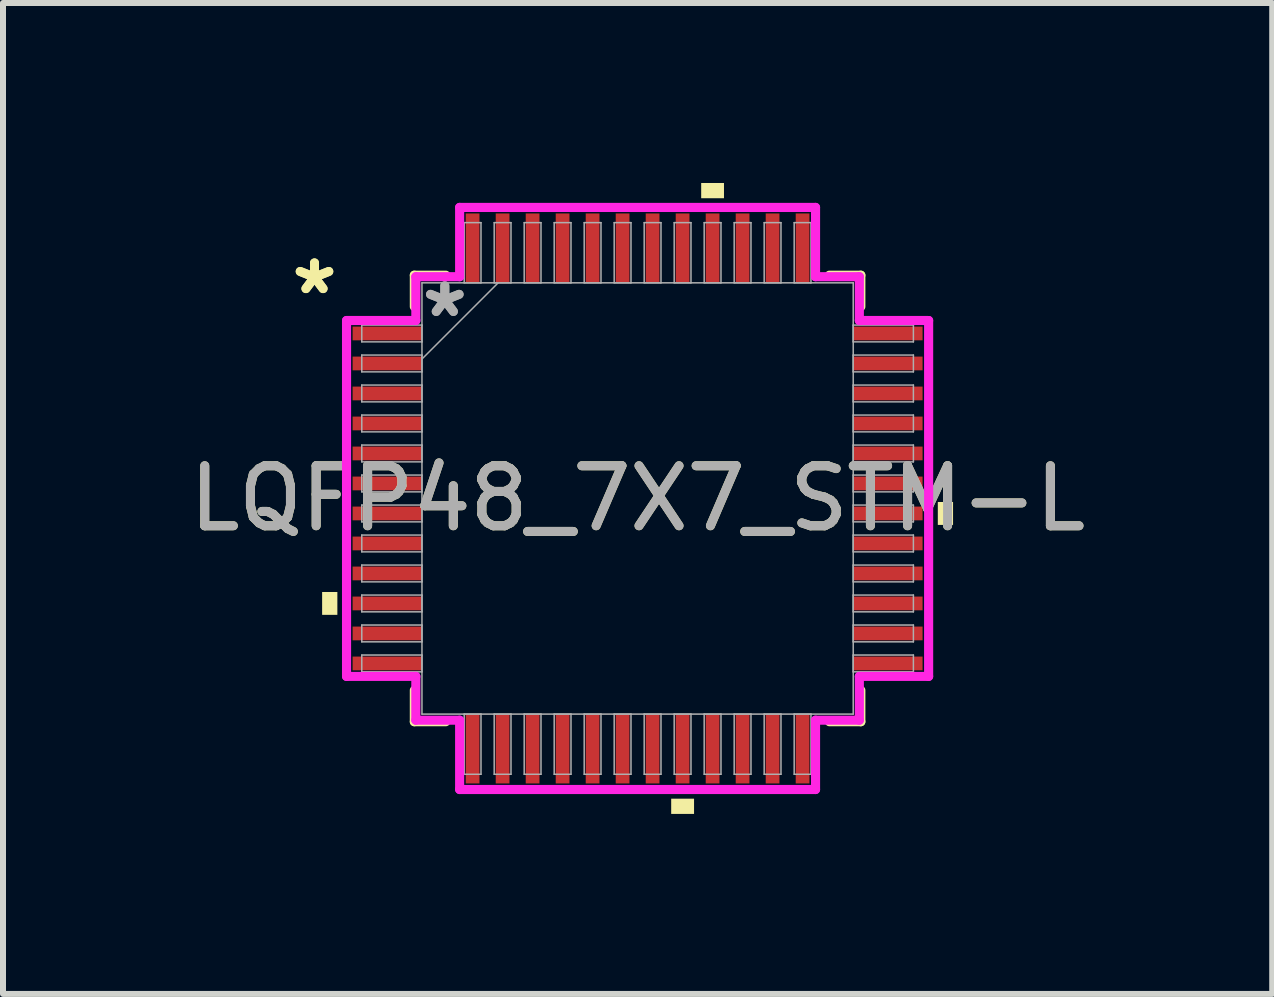
<source format=kicad_pcb>
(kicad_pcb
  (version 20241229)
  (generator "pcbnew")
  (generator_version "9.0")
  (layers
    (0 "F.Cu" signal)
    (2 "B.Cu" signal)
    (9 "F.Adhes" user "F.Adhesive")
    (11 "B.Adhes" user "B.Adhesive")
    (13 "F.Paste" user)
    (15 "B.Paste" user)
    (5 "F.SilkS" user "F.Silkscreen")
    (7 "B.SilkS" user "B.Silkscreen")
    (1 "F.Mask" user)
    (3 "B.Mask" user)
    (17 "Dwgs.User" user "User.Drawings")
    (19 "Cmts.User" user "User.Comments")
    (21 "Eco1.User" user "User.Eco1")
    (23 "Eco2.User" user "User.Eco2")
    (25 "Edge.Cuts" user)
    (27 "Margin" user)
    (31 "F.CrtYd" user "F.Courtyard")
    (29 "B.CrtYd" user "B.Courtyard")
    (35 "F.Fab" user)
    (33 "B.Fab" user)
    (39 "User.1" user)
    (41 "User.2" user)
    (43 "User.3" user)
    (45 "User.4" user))
  (footprint "LQFP48_7X7_STM-L"
    (layer "F.Cu")
    (at 7.577 5.258)
    (property "Reference" "LQFP48_7X7_STM-L" (at 0 0 0) (unlocked yes) (layer "F.SilkS") (effects (font (size 1 1) (thickness 0.15))))
    (attr smd)
    (fp_line (start -3.721 -3.721) (end -3.721 -3.197) (stroke (width 0.152) (type solid)) (layer "F.SilkS"))
    (fp_line (start -3.721 3.197) (end -3.721 3.721) (stroke (width 0.152) (type solid)) (layer "F.SilkS"))
    (fp_line (start -3.721 3.721) (end -3.197 3.721) (stroke (width 0.152) (type solid)) (layer "F.SilkS"))
    (fp_line (start -3.197 -3.721) (end -3.721 -3.721) (stroke (width 0.152) (type solid)) (layer "F.SilkS"))
    (fp_line (start 3.197 3.721) (end 3.721 3.721) (stroke (width 0.152) (type solid)) (layer "F.SilkS"))
    (fp_line (start 3.721 -3.721) (end 3.197 -3.721) (stroke (width 0.152) (type solid)) (layer "F.SilkS"))
    (fp_line (start 3.721 -3.197) (end 3.721 -3.721) (stroke (width 0.152) (type solid)) (layer "F.SilkS"))
    (fp_line (start 3.721 3.721) (end 3.721 3.197) (stroke (width 0.152) (type solid)) (layer "F.SilkS"))
    (fp_poly (pts (xy -5.258 1.559) (xy -5.258 1.94) (xy -5.004 1.94) (xy -5.004 1.559)) (stroke (width 0) (type solid)) (fill yes) (layer "F.SilkS"))
    (fp_poly (pts (xy 0.56 5.004) (xy 0.56 5.258) (xy 0.941 5.258) (xy 0.941 5.004)) (stroke (width 0) (type solid)) (fill yes) (layer "F.SilkS"))
    (fp_poly (pts (xy 1.06 -5.004) (xy 1.06 -5.258) (xy 1.44 -5.258) (xy 1.44 -5.004)) (stroke (width 0) (type solid)) (fill yes) (layer "F.SilkS"))
    (fp_poly (pts (xy 5.258 0.059) (xy 5.258 0.441) (xy 5.004 0.441) (xy 5.004 0.059)) (stroke (width 0) (type solid)) (fill yes) (layer "F.SilkS"))
    (fp_line (start -4.851 -2.966) (end -3.696 -2.966) (stroke (width 0.152) (type solid)) (layer "F.CrtYd"))
    (fp_line (start -4.851 2.966) (end -4.851 -2.966) (stroke (width 0.152) (type solid)) (layer "F.CrtYd"))
    (fp_line (start -3.696 -3.696) (end -2.966 -3.696) (stroke (width 0.152) (type solid)) (layer "F.CrtYd"))
    (fp_line (start -3.696 -2.966) (end -3.696 -3.696) (stroke (width 0.152) (type solid)) (layer "F.CrtYd"))
    (fp_line (start -3.696 2.966) (end -4.851 2.966) (stroke (width 0.152) (type solid)) (layer "F.CrtYd"))
    (fp_line (start -3.696 3.696) (end -3.696 2.966) (stroke (width 0.152) (type solid)) (layer "F.CrtYd"))
    (fp_line (start -3.696 3.696) (end -2.966 3.696) (stroke (width 0.152) (type solid)) (layer "F.CrtYd"))
    (fp_line (start -2.966 -4.851) (end 2.966 -4.851) (stroke (width 0.152) (type solid)) (layer "F.CrtYd"))
    (fp_line (start -2.966 -3.696) (end -2.966 -4.851) (stroke (width 0.152) (type solid)) (layer "F.CrtYd"))
    (fp_line (start -2.966 3.696) (end -2.966 4.851) (stroke (width 0.152) (type solid)) (layer "F.CrtYd"))
    (fp_line (start -2.966 4.851) (end 2.966 4.851) (stroke (width 0.152) (type solid)) (layer "F.CrtYd"))
    (fp_line (start 2.966 -4.851) (end 2.966 -3.696) (stroke (width 0.152) (type solid)) (layer "F.CrtYd"))
    (fp_line (start 2.966 -3.696) (end 3.696 -3.696) (stroke (width 0.152) (type solid)) (layer "F.CrtYd"))
    (fp_line (start 2.966 3.696) (end 3.696 3.696) (stroke (width 0.152) (type solid)) (layer "F.CrtYd"))
    (fp_line (start 2.966 4.851) (end 2.966 3.696) (stroke (width 0.152) (type solid)) (layer "F.CrtYd"))
    (fp_line (start 3.696 -2.966) (end 3.696 -3.696) (stroke (width 0.152) (type solid)) (layer "F.CrtYd"))
    (fp_line (start 3.696 2.966) (end 4.851 2.966) (stroke (width 0.152) (type solid)) (layer "F.CrtYd"))
    (fp_line (start 3.696 3.696) (end 3.696 2.966) (stroke (width 0.152) (type solid)) (layer "F.CrtYd"))
    (fp_line (start 4.851 -2.966) (end 3.696 -2.966) (stroke (width 0.152) (type solid)) (layer "F.CrtYd"))
    (fp_line (start 4.851 2.966) (end 4.851 -2.966) (stroke (width 0.152) (type solid)) (layer "F.CrtYd"))
    (fp_line (start -4.597 -2.89) (end -4.597 -2.61) (stroke (width 0.025) (type solid)) (layer "F.Fab"))
    (fp_line (start -4.597 -2.61) (end -3.594 -2.61) (stroke (width 0.025) (type solid)) (layer "F.Fab"))
    (fp_line (start -4.597 -2.39) (end -4.597 -2.11) (stroke (width 0.025) (type solid)) (layer "F.Fab"))
    (fp_line (start -4.597 -2.11) (end -3.594 -2.11) (stroke (width 0.025) (type solid)) (layer "F.Fab"))
    (fp_line (start -4.597 -1.89) (end -4.597 -1.61) (stroke (width 0.025) (type solid)) (layer "F.Fab"))
    (fp_line (start -4.597 -1.61) (end -3.594 -1.61) (stroke (width 0.025) (type solid)) (layer "F.Fab"))
    (fp_line (start -4.597 -1.39) (end -4.597 -1.11) (stroke (width 0.025) (type solid)) (layer "F.Fab"))
    (fp_line (start -4.597 -1.11) (end -3.594 -1.11) (stroke (width 0.025) (type solid)) (layer "F.Fab"))
    (fp_line (start -4.597 -0.89) (end -4.597 -0.61) (stroke (width 0.025) (type solid)) (layer "F.Fab"))
    (fp_line (start -4.597 -0.61) (end -3.594 -0.61) (stroke (width 0.025) (type solid)) (layer "F.Fab"))
    (fp_line (start -4.597 -0.39) (end -4.597 -0.11) (stroke (width 0.025) (type solid)) (layer "F.Fab"))
    (fp_line (start -4.597 -0.11) (end -3.594 -0.11) (stroke (width 0.025) (type solid)) (layer "F.Fab"))
    (fp_line (start -4.597 0.11) (end -4.597 0.39) (stroke (width 0.025) (type solid)) (layer "F.Fab"))
    (fp_line (start -4.597 0.39) (end -3.594 0.39) (stroke (width 0.025) (type solid)) (layer "F.Fab"))
    (fp_line (start -4.597 0.61) (end -4.597 0.89) (stroke (width 0.025) (type solid)) (layer "F.Fab"))
    (fp_line (start -4.597 0.89) (end -3.594 0.89) (stroke (width 0.025) (type solid)) (layer "F.Fab"))
    (fp_line (start -4.597 1.11) (end -4.597 1.39) (stroke (width 0.025) (type solid)) (layer "F.Fab"))
    (fp_line (start -4.597 1.39) (end -3.594 1.39) (stroke (width 0.025) (type solid)) (layer "F.Fab"))
    (fp_line (start -4.597 1.61) (end -4.597 1.89) (stroke (width 0.025) (type solid)) (layer "F.Fab"))
    (fp_line (start -4.597 1.89) (end -3.594 1.89) (stroke (width 0.025) (type solid)) (layer "F.Fab"))
    (fp_line (start -4.597 2.11) (end -4.597 2.39) (stroke (width 0.025) (type solid)) (layer "F.Fab"))
    (fp_line (start -4.597 2.39) (end -3.594 2.39) (stroke (width 0.025) (type solid)) (layer "F.Fab"))
    (fp_line (start -4.597 2.61) (end -4.597 2.89) (stroke (width 0.025) (type solid)) (layer "F.Fab"))
    (fp_line (start -4.597 2.89) (end -3.594 2.89) (stroke (width 0.025) (type solid)) (layer "F.Fab"))
    (fp_line (start -3.594 -3.594) (end -3.594 3.594) (stroke (width 0.025) (type solid)) (layer "F.Fab"))
    (fp_line (start -3.594 -2.89) (end -4.597 -2.89) (stroke (width 0.025) (type solid)) (layer "F.Fab"))
    (fp_line (start -3.594 -2.61) (end -3.594 -2.89) (stroke (width 0.025) (type solid)) (layer "F.Fab"))
    (fp_line (start -3.594 -2.39) (end -4.597 -2.39) (stroke (width 0.025) (type solid)) (layer "F.Fab"))
    (fp_line (start -3.594 -2.324) (end -2.324 -3.594) (stroke (width 0.025) (type solid)) (layer "F.Fab"))
    (fp_line (start -3.594 -2.11) (end -3.594 -2.39) (stroke (width 0.025) (type solid)) (layer "F.Fab"))
    (fp_line (start -3.594 -1.89) (end -4.597 -1.89) (stroke (width 0.025) (type solid)) (layer "F.Fab"))
    (fp_line (start -3.594 -1.61) (end -3.594 -1.89) (stroke (width 0.025) (type solid)) (layer "F.Fab"))
    (fp_line (start -3.594 -1.39) (end -4.597 -1.39) (stroke (width 0.025) (type solid)) (layer "F.Fab"))
    (fp_line (start -3.594 -1.11) (end -3.594 -1.39) (stroke (width 0.025) (type solid)) (layer "F.Fab"))
    (fp_line (start -3.594 -0.89) (end -4.597 -0.89) (stroke (width 0.025) (type solid)) (layer "F.Fab"))
    (fp_line (start -3.594 -0.61) (end -3.594 -0.89) (stroke (width 0.025) (type solid)) (layer "F.Fab"))
    (fp_line (start -3.594 -0.39) (end -4.597 -0.39) (stroke (width 0.025) (type solid)) (layer "F.Fab"))
    (fp_line (start -3.594 -0.11) (end -3.594 -0.39) (stroke (width 0.025) (type solid)) (layer "F.Fab"))
    (fp_line (start -3.594 0.11) (end -4.597 0.11) (stroke (width 0.025) (type solid)) (layer "F.Fab"))
    (fp_line (start -3.594 0.39) (end -3.594 0.11) (stroke (width 0.025) (type solid)) (layer "F.Fab"))
    (fp_line (start -3.594 0.61) (end -4.597 0.61) (stroke (width 0.025) (type solid)) (layer "F.Fab"))
    (fp_line (start -3.594 0.89) (end -3.594 0.61) (stroke (width 0.025) (type solid)) (layer "F.Fab"))
    (fp_line (start -3.594 1.11) (end -4.597 1.11) (stroke (width 0.025) (type solid)) (layer "F.Fab"))
    (fp_line (start -3.594 1.39) (end -3.594 1.11) (stroke (width 0.025) (type solid)) (layer "F.Fab"))
    (fp_line (start -3.594 1.61) (end -4.597 1.61) (stroke (width 0.025) (type solid)) (layer "F.Fab"))
    (fp_line (start -3.594 1.89) (end -3.594 1.61) (stroke (width 0.025) (type solid)) (layer "F.Fab"))
    (fp_line (start -3.594 2.11) (end -4.597 2.11) (stroke (width 0.025) (type solid)) (layer "F.Fab"))
    (fp_line (start -3.594 2.39) (end -3.594 2.11) (stroke (width 0.025) (type solid)) (layer "F.Fab"))
    (fp_line (start -3.594 2.61) (end -4.597 2.61) (stroke (width 0.025) (type solid)) (layer "F.Fab"))
    (fp_line (start -3.594 2.89) (end -3.594 2.61) (stroke (width 0.025) (type solid)) (layer "F.Fab"))
    (fp_line (start -3.594 3.594) (end 3.594 3.594) (stroke (width 0.025) (type solid)) (layer "F.Fab"))
    (fp_line (start -2.89 -4.597) (end -2.89 -3.594) (stroke (width 0.025) (type solid)) (layer "F.Fab"))
    (fp_line (start -2.89 -3.594) (end -2.61 -3.594) (stroke (width 0.025) (type solid)) (layer "F.Fab"))
    (fp_line (start -2.89 3.594) (end -2.89 4.597) (stroke (width 0.025) (type solid)) (layer "F.Fab"))
    (fp_line (start -2.89 4.597) (end -2.61 4.597) (stroke (width 0.025) (type solid)) (layer "F.Fab"))
    (fp_line (start -2.61 -4.597) (end -2.89 -4.597) (stroke (width 0.025) (type solid)) (layer "F.Fab"))
    (fp_line (start -2.61 -3.594) (end -2.61 -4.597) (stroke (width 0.025) (type solid)) (layer "F.Fab"))
    (fp_line (start -2.61 3.594) (end -2.89 3.594) (stroke (width 0.025) (type solid)) (layer "F.Fab"))
    (fp_line (start -2.61 4.597) (end -2.61 3.594) (stroke (width 0.025) (type solid)) (layer "F.Fab"))
    (fp_line (start -2.39 -4.597) (end -2.39 -3.594) (stroke (width 0.025) (type solid)) (layer "F.Fab"))
    (fp_line (start -2.39 -3.594) (end -2.11 -3.594) (stroke (width 0.025) (type solid)) (layer "F.Fab"))
    (fp_line (start -2.39 3.594) (end -2.39 4.597) (stroke (width 0.025) (type solid)) (layer "F.Fab"))
    (fp_line (start -2.39 4.597) (end -2.11 4.597) (stroke (width 0.025) (type solid)) (layer "F.Fab"))
    (fp_line (start -2.11 -4.597) (end -2.39 -4.597) (stroke (width 0.025) (type solid)) (layer "F.Fab"))
    (fp_line (start -2.11 -3.594) (end -2.11 -4.597) (stroke (width 0.025) (type solid)) (layer "F.Fab"))
    (fp_line (start -2.11 3.594) (end -2.39 3.594) (stroke (width 0.025) (type solid)) (layer "F.Fab"))
    (fp_line (start -2.11 4.597) (end -2.11 3.594) (stroke (width 0.025) (type solid)) (layer "F.Fab"))
    (fp_line (start -1.89 -4.597) (end -1.89 -3.594) (stroke (width 0.025) (type solid)) (layer "F.Fab"))
    (fp_line (start -1.89 -3.594) (end -1.61 -3.594) (stroke (width 0.025) (type solid)) (layer "F.Fab"))
    (fp_line (start -1.89 3.594) (end -1.89 4.597) (stroke (width 0.025) (type solid)) (layer "F.Fab"))
    (fp_line (start -1.89 4.597) (end -1.61 4.597) (stroke (width 0.025) (type solid)) (layer "F.Fab"))
    (fp_line (start -1.61 -4.597) (end -1.89 -4.597) (stroke (width 0.025) (type solid)) (layer "F.Fab"))
    (fp_line (start -1.61 -3.594) (end -1.61 -4.597) (stroke (width 0.025) (type solid)) (layer "F.Fab"))
    (fp_line (start -1.61 3.594) (end -1.89 3.594) (stroke (width 0.025) (type solid)) (layer "F.Fab"))
    (fp_line (start -1.61 4.597) (end -1.61 3.594) (stroke (width 0.025) (type solid)) (layer "F.Fab"))
    (fp_line (start -1.39 -4.597) (end -1.39 -3.594) (stroke (width 0.025) (type solid)) (layer "F.Fab"))
    (fp_line (start -1.39 -3.594) (end -1.11 -3.594) (stroke (width 0.025) (type solid)) (layer "F.Fab"))
    (fp_line (start -1.39 3.594) (end -1.39 4.597) (stroke (width 0.025) (type solid)) (layer "F.Fab"))
    (fp_line (start -1.39 4.597) (end -1.11 4.597) (stroke (width 0.025) (type solid)) (layer "F.Fab"))
    (fp_line (start -1.11 -4.597) (end -1.39 -4.597) (stroke (width 0.025) (type solid)) (layer "F.Fab"))
    (fp_line (start -1.11 -3.594) (end -1.11 -4.597) (stroke (width 0.025) (type solid)) (layer "F.Fab"))
    (fp_line (start -1.11 3.594) (end -1.39 3.594) (stroke (width 0.025) (type solid)) (layer "F.Fab"))
    (fp_line (start -1.11 4.597) (end -1.11 3.594) (stroke (width 0.025) (type solid)) (layer "F.Fab"))
    (fp_line (start -0.89 -4.597) (end -0.89 -3.594) (stroke (width 0.025) (type solid)) (layer "F.Fab"))
    (fp_line (start -0.89 -3.594) (end -0.61 -3.594) (stroke (width 0.025) (type solid)) (layer "F.Fab"))
    (fp_line (start -0.89 3.594) (end -0.89 4.597) (stroke (width 0.025) (type solid)) (layer "F.Fab"))
    (fp_line (start -0.89 4.597) (end -0.61 4.597) (stroke (width 0.025) (type solid)) (layer "F.Fab"))
    (fp_line (start -0.61 -4.597) (end -0.89 -4.597) (stroke (width 0.025) (type solid)) (layer "F.Fab"))
    (fp_line (start -0.61 -3.594) (end -0.61 -4.597) (stroke (width 0.025) (type solid)) (layer "F.Fab"))
    (fp_line (start -0.61 3.594) (end -0.89 3.594) (stroke (width 0.025) (type solid)) (layer "F.Fab"))
    (fp_line (start -0.61 4.597) (end -0.61 3.594) (stroke (width 0.025) (type solid)) (layer "F.Fab"))
    (fp_line (start -0.39 -4.597) (end -0.39 -3.594) (stroke (width 0.025) (type solid)) (layer "F.Fab"))
    (fp_line (start -0.39 -3.594) (end -0.11 -3.594) (stroke (width 0.025) (type solid)) (layer "F.Fab"))
    (fp_line (start -0.39 3.594) (end -0.39 4.597) (stroke (width 0.025) (type solid)) (layer "F.Fab"))
    (fp_line (start -0.39 4.597) (end -0.11 4.597) (stroke (width 0.025) (type solid)) (layer "F.Fab"))
    (fp_line (start -0.11 -4.597) (end -0.39 -4.597) (stroke (width 0.025) (type solid)) (layer "F.Fab"))
    (fp_line (start -0.11 -3.594) (end -0.11 -4.597) (stroke (width 0.025) (type solid)) (layer "F.Fab"))
    (fp_line (start -0.11 3.594) (end -0.39 3.594) (stroke (width 0.025) (type solid)) (layer "F.Fab"))
    (fp_line (start -0.11 4.597) (end -0.11 3.594) (stroke (width 0.025) (type solid)) (layer "F.Fab"))
    (fp_line (start 0.11 -4.597) (end 0.11 -3.594) (stroke (width 0.025) (type solid)) (layer "F.Fab"))
    (fp_line (start 0.11 -3.594) (end 0.39 -3.594) (stroke (width 0.025) (type solid)) (layer "F.Fab"))
    (fp_line (start 0.11 3.594) (end 0.11 4.597) (stroke (width 0.025) (type solid)) (layer "F.Fab"))
    (fp_line (start 0.11 4.597) (end 0.39 4.597) (stroke (width 0.025) (type solid)) (layer "F.Fab"))
    (fp_line (start 0.39 -4.597) (end 0.11 -4.597) (stroke (width 0.025) (type solid)) (layer "F.Fab"))
    (fp_line (start 0.39 -3.594) (end 0.39 -4.597) (stroke (width 0.025) (type solid)) (layer "F.Fab"))
    (fp_line (start 0.39 3.594) (end 0.11 3.594) (stroke (width 0.025) (type solid)) (layer "F.Fab"))
    (fp_line (start 0.39 4.597) (end 0.39 3.594) (stroke (width 0.025) (type solid)) (layer "F.Fab"))
    (fp_line (start 0.61 -4.597) (end 0.61 -3.594) (stroke (width 0.025) (type solid)) (layer "F.Fab"))
    (fp_line (start 0.61 -3.594) (end 0.89 -3.594) (stroke (width 0.025) (type solid)) (layer "F.Fab"))
    (fp_line (start 0.61 3.594) (end 0.61 4.597) (stroke (width 0.025) (type solid)) (layer "F.Fab"))
    (fp_line (start 0.61 4.597) (end 0.89 4.597) (stroke (width 0.025) (type solid)) (layer "F.Fab"))
    (fp_line (start 0.89 -4.597) (end 0.61 -4.597) (stroke (width 0.025) (type solid)) (layer "F.Fab"))
    (fp_line (start 0.89 -3.594) (end 0.89 -4.597) (stroke (width 0.025) (type solid)) (layer "F.Fab"))
    (fp_line (start 0.89 3.594) (end 0.61 3.594) (stroke (width 0.025) (type solid)) (layer "F.Fab"))
    (fp_line (start 0.89 4.597) (end 0.89 3.594) (stroke (width 0.025) (type solid)) (layer "F.Fab"))
    (fp_line (start 1.11 -4.597) (end 1.11 -3.594) (stroke (width 0.025) (type solid)) (layer "F.Fab"))
    (fp_line (start 1.11 -3.594) (end 1.39 -3.594) (stroke (width 0.025) (type solid)) (layer "F.Fab"))
    (fp_line (start 1.11 3.594) (end 1.11 4.597) (stroke (width 0.025) (type solid)) (layer "F.Fab"))
    (fp_line (start 1.11 4.597) (end 1.39 4.597) (stroke (width 0.025) (type solid)) (layer "F.Fab"))
    (fp_line (start 1.39 -4.597) (end 1.11 -4.597) (stroke (width 0.025) (type solid)) (layer "F.Fab"))
    (fp_line (start 1.39 -3.594) (end 1.39 -4.597) (stroke (width 0.025) (type solid)) (layer "F.Fab"))
    (fp_line (start 1.39 3.594) (end 1.11 3.594) (stroke (width 0.025) (type solid)) (layer "F.Fab"))
    (fp_line (start 1.39 4.597) (end 1.39 3.594) (stroke (width 0.025) (type solid)) (layer "F.Fab"))
    (fp_line (start 1.61 -4.597) (end 1.61 -3.594) (stroke (width 0.025) (type solid)) (layer "F.Fab"))
    (fp_line (start 1.61 -3.594) (end 1.89 -3.594) (stroke (width 0.025) (type solid)) (layer "F.Fab"))
    (fp_line (start 1.61 3.594) (end 1.61 4.597) (stroke (width 0.025) (type solid)) (layer "F.Fab"))
    (fp_line (start 1.61 4.597) (end 1.89 4.597) (stroke (width 0.025) (type solid)) (layer "F.Fab"))
    (fp_line (start 1.89 -4.597) (end 1.61 -4.597) (stroke (width 0.025) (type solid)) (layer "F.Fab"))
    (fp_line (start 1.89 -3.594) (end 1.89 -4.597) (stroke (width 0.025) (type solid)) (layer "F.Fab"))
    (fp_line (start 1.89 3.594) (end 1.61 3.594) (stroke (width 0.025) (type solid)) (layer "F.Fab"))
    (fp_line (start 1.89 4.597) (end 1.89 3.594) (stroke (width 0.025) (type solid)) (layer "F.Fab"))
    (fp_line (start 2.11 -4.597) (end 2.11 -3.594) (stroke (width 0.025) (type solid)) (layer "F.Fab"))
    (fp_line (start 2.11 -3.594) (end 2.39 -3.594) (stroke (width 0.025) (type solid)) (layer "F.Fab"))
    (fp_line (start 2.11 3.594) (end 2.11 4.597) (stroke (width 0.025) (type solid)) (layer "F.Fab"))
    (fp_line (start 2.11 4.597) (end 2.39 4.597) (stroke (width 0.025) (type solid)) (layer "F.Fab"))
    (fp_line (start 2.39 -4.597) (end 2.11 -4.597) (stroke (width 0.025) (type solid)) (layer "F.Fab"))
    (fp_line (start 2.39 -3.594) (end 2.39 -4.597) (stroke (width 0.025) (type solid)) (layer "F.Fab"))
    (fp_line (start 2.39 3.594) (end 2.11 3.594) (stroke (width 0.025) (type solid)) (layer "F.Fab"))
    (fp_line (start 2.39 4.597) (end 2.39 3.594) (stroke (width 0.025) (type solid)) (layer "F.Fab"))
    (fp_line (start 2.61 -4.597) (end 2.61 -3.594) (stroke (width 0.025) (type solid)) (layer "F.Fab"))
    (fp_line (start 2.61 -3.594) (end 2.89 -3.594) (stroke (width 0.025) (type solid)) (layer "F.Fab"))
    (fp_line (start 2.61 3.594) (end 2.61 4.597) (stroke (width 0.025) (type solid)) (layer "F.Fab"))
    (fp_line (start 2.61 4.597) (end 2.89 4.597) (stroke (width 0.025) (type solid)) (layer "F.Fab"))
    (fp_line (start 2.89 -4.597) (end 2.61 -4.597) (stroke (width 0.025) (type solid)) (layer "F.Fab"))
    (fp_line (start 2.89 -3.594) (end 2.89 -4.597) (stroke (width 0.025) (type solid)) (layer "F.Fab"))
    (fp_line (start 2.89 3.594) (end 2.61 3.594) (stroke (width 0.025) (type solid)) (layer "F.Fab"))
    (fp_line (start 2.89 4.597) (end 2.89 3.594) (stroke (width 0.025) (type solid)) (layer "F.Fab"))
    (fp_line (start 3.594 -3.594) (end -3.594 -3.594) (stroke (width 0.025) (type solid)) (layer "F.Fab"))
    (fp_line (start 3.594 -2.89) (end 3.594 -2.61) (stroke (width 0.025) (type solid)) (layer "F.Fab"))
    (fp_line (start 3.594 -2.61) (end 4.597 -2.61) (stroke (width 0.025) (type solid)) (layer "F.Fab"))
    (fp_line (start 3.594 -2.39) (end 3.594 -2.11) (stroke (width 0.025) (type solid)) (layer "F.Fab"))
    (fp_line (start 3.594 -2.11) (end 4.597 -2.11) (stroke (width 0.025) (type solid)) (layer "F.Fab"))
    (fp_line (start 3.594 -1.89) (end 3.594 -1.61) (stroke (width 0.025) (type solid)) (layer "F.Fab"))
    (fp_line (start 3.594 -1.61) (end 4.597 -1.61) (stroke (width 0.025) (type solid)) (layer "F.Fab"))
    (fp_line (start 3.594 -1.39) (end 3.594 -1.11) (stroke (width 0.025) (type solid)) (layer "F.Fab"))
    (fp_line (start 3.594 -1.11) (end 4.597 -1.11) (stroke (width 0.025) (type solid)) (layer "F.Fab"))
    (fp_line (start 3.594 -0.89) (end 3.594 -0.61) (stroke (width 0.025) (type solid)) (layer "F.Fab"))
    (fp_line (start 3.594 -0.61) (end 4.597 -0.61) (stroke (width 0.025) (type solid)) (layer "F.Fab"))
    (fp_line (start 3.594 -0.39) (end 3.594 -0.11) (stroke (width 0.025) (type solid)) (layer "F.Fab"))
    (fp_line (start 3.594 -0.11) (end 4.597 -0.11) (stroke (width 0.025) (type solid)) (layer "F.Fab"))
    (fp_line (start 3.594 0.11) (end 3.594 0.39) (stroke (width 0.025) (type solid)) (layer "F.Fab"))
    (fp_line (start 3.594 0.39) (end 4.597 0.39) (stroke (width 0.025) (type solid)) (layer "F.Fab"))
    (fp_line (start 3.594 0.61) (end 3.594 0.89) (stroke (width 0.025) (type solid)) (layer "F.Fab"))
    (fp_line (start 3.594 0.89) (end 4.597 0.89) (stroke (width 0.025) (type solid)) (layer "F.Fab"))
    (fp_line (start 3.594 1.11) (end 3.594 1.39) (stroke (width 0.025) (type solid)) (layer "F.Fab"))
    (fp_line (start 3.594 1.39) (end 4.597 1.39) (stroke (width 0.025) (type solid)) (layer "F.Fab"))
    (fp_line (start 3.594 1.61) (end 3.594 1.89) (stroke (width 0.025) (type solid)) (layer "F.Fab"))
    (fp_line (start 3.594 1.89) (end 4.597 1.89) (stroke (width 0.025) (type solid)) (layer "F.Fab"))
    (fp_line (start 3.594 2.11) (end 3.594 2.39) (stroke (width 0.025) (type solid)) (layer "F.Fab"))
    (fp_line (start 3.594 2.39) (end 4.597 2.39) (stroke (width 0.025) (type solid)) (layer "F.Fab"))
    (fp_line (start 3.594 2.61) (end 3.594 2.89) (stroke (width 0.025) (type solid)) (layer "F.Fab"))
    (fp_line (start 3.594 2.89) (end 4.597 2.89) (stroke (width 0.025) (type solid)) (layer "F.Fab"))
    (fp_line (start 3.594 3.594) (end 3.594 -3.594) (stroke (width 0.025) (type solid)) (layer "F.Fab"))
    (fp_line (start 4.597 -2.89) (end 3.594 -2.89) (stroke (width 0.025) (type solid)) (layer "F.Fab"))
    (fp_line (start 4.597 -2.61) (end 4.597 -2.89) (stroke (width 0.025) (type solid)) (layer "F.Fab"))
    (fp_line (start 4.597 -2.39) (end 3.594 -2.39) (stroke (width 0.025) (type solid)) (layer "F.Fab"))
    (fp_line (start 4.597 -2.11) (end 4.597 -2.39) (stroke (width 0.025) (type solid)) (layer "F.Fab"))
    (fp_line (start 4.597 -1.89) (end 3.594 -1.89) (stroke (width 0.025) (type solid)) (layer "F.Fab"))
    (fp_line (start 4.597 -1.61) (end 4.597 -1.89) (stroke (width 0.025) (type solid)) (layer "F.Fab"))
    (fp_line (start 4.597 -1.39) (end 3.594 -1.39) (stroke (width 0.025) (type solid)) (layer "F.Fab"))
    (fp_line (start 4.597 -1.11) (end 4.597 -1.39) (stroke (width 0.025) (type solid)) (layer "F.Fab"))
    (fp_line (start 4.597 -0.89) (end 3.594 -0.89) (stroke (width 0.025) (type solid)) (layer "F.Fab"))
    (fp_line (start 4.597 -0.61) (end 4.597 -0.89) (stroke (width 0.025) (type solid)) (layer "F.Fab"))
    (fp_line (start 4.597 -0.39) (end 3.594 -0.39) (stroke (width 0.025) (type solid)) (layer "F.Fab"))
    (fp_line (start 4.597 -0.11) (end 4.597 -0.39) (stroke (width 0.025) (type solid)) (layer "F.Fab"))
    (fp_line (start 4.597 0.11) (end 3.594 0.11) (stroke (width 0.025) (type solid)) (layer "F.Fab"))
    (fp_line (start 4.597 0.39) (end 4.597 0.11) (stroke (width 0.025) (type solid)) (layer "F.Fab"))
    (fp_line (start 4.597 0.61) (end 3.594 0.61) (stroke (width 0.025) (type solid)) (layer "F.Fab"))
    (fp_line (start 4.597 0.89) (end 4.597 0.61) (stroke (width 0.025) (type solid)) (layer "F.Fab"))
    (fp_line (start 4.597 1.11) (end 3.594 1.11) (stroke (width 0.025) (type solid)) (layer "F.Fab"))
    (fp_line (start 4.597 1.39) (end 4.597 1.11) (stroke (width 0.025) (type solid)) (layer "F.Fab"))
    (fp_line (start 4.597 1.61) (end 3.594 1.61) (stroke (width 0.025) (type solid)) (layer "F.Fab"))
    (fp_line (start 4.597 1.89) (end 4.597 1.61) (stroke (width 0.025) (type solid)) (layer "F.Fab"))
    (fp_line (start 4.597 2.11) (end 3.594 2.11) (stroke (width 0.025) (type solid)) (layer "F.Fab"))
    (fp_line (start 4.597 2.39) (end 4.597 2.11) (stroke (width 0.025) (type solid)) (layer "F.Fab"))
    (fp_line (start 4.597 2.61) (end 3.594 2.61) (stroke (width 0.025) (type solid)) (layer "F.Fab"))
    (fp_line (start 4.597 2.89) (end 4.597 2.61) (stroke (width 0.025) (type solid)) (layer "F.Fab"))
    (fp_text user "*" (at -5.385 -3.381 0) (layer "F.SilkS") (effects (font (size 1 1) (thickness 0.15))))
    (fp_text user "*" (at -5.385 -3.381 0) (unlocked yes) (layer "F.SilkS") (effects (font (size 1 1) (thickness 0.15))))
    (fp_text user "${REFERENCE}" (at 0 0 0) (unlocked yes) (layer "F.Fab") (effects (font (size 1 1) (thickness 0.15))))
    (fp_text user "*" (at -3.213 -3 0) (layer "F.Fab") (effects (font (size 1 1) (thickness 0.15))))
    (fp_text user "*" (at -3.213 -3 0) (unlocked yes) (layer "F.Fab") (effects (font (size 1 1) (thickness 0.15))))
    (pad "1" smd rect (at -4.172 -2.75 90) (size 0.229 1.156) (layers "F.Cu" "F.Mask" "F.Paste"))
    (pad "2" smd rect (at -4.172 -2.25 90) (size 0.229 1.156) (layers "F.Cu" "F.Mask" "F.Paste"))
    (pad "3" smd rect (at -4.172 -1.75 90) (size 0.229 1.156) (layers "F.Cu" "F.Mask" "F.Paste"))
    (pad "4" smd rect (at -4.172 -1.25 90) (size 0.229 1.156) (layers "F.Cu" "F.Mask" "F.Paste"))
    (pad "5" smd rect (at -4.172 -0.75 90) (size 0.229 1.156) (layers "F.Cu" "F.Mask" "F.Paste"))
    (pad "6" smd rect (at -4.172 -0.25 90) (size 0.229 1.156) (layers "F.Cu" "F.Mask" "F.Paste"))
    (pad "7" smd rect (at -4.172 0.25 90) (size 0.229 1.156) (layers "F.Cu" "F.Mask" "F.Paste"))
    (pad "8" smd rect (at -4.172 0.75 90) (size 0.229 1.156) (layers "F.Cu" "F.Mask" "F.Paste"))
    (pad "9" smd rect (at -4.172 1.25 90) (size 0.229 1.156) (layers "F.Cu" "F.Mask" "F.Paste"))
    (pad "10" smd rect (at -4.172 1.75 90) (size 0.229 1.156) (layers "F.Cu" "F.Mask" "F.Paste"))
    (pad "11" smd rect (at -4.172 2.25 90) (size 0.229 1.156) (layers "F.Cu" "F.Mask" "F.Paste"))
    (pad "12" smd rect (at -4.172 2.75 90) (size 0.229 1.156) (layers "F.Cu" "F.Mask" "F.Paste"))
    (pad "13" smd rect (at -2.75 4.172) (size 0.229 1.156) (layers "F.Cu" "F.Mask" "F.Paste"))
    (pad "14" smd rect (at -2.25 4.172) (size 0.229 1.156) (layers "F.Cu" "F.Mask" "F.Paste"))
    (pad "15" smd rect (at -1.75 4.172) (size 0.229 1.156) (layers "F.Cu" "F.Mask" "F.Paste"))
    (pad "16" smd rect (at -1.25 4.172) (size 0.229 1.156) (layers "F.Cu" "F.Mask" "F.Paste"))
    (pad "17" smd rect (at -0.75 4.172) (size 0.229 1.156) (layers "F.Cu" "F.Mask" "F.Paste"))
    (pad "18" smd rect (at -0.25 4.172) (size 0.229 1.156) (layers "F.Cu" "F.Mask" "F.Paste"))
    (pad "19" smd rect (at 0.25 4.172) (size 0.229 1.156) (layers "F.Cu" "F.Mask" "F.Paste"))
    (pad "20" smd rect (at 0.75 4.172) (size 0.229 1.156) (layers "F.Cu" "F.Mask" "F.Paste"))
    (pad "21" smd rect (at 1.25 4.172) (size 0.229 1.156) (layers "F.Cu" "F.Mask" "F.Paste"))
    (pad "22" smd rect (at 1.75 4.172) (size 0.229 1.156) (layers "F.Cu" "F.Mask" "F.Paste"))
    (pad "23" smd rect (at 2.25 4.172) (size 0.229 1.156) (layers "F.Cu" "F.Mask" "F.Paste"))
    (pad "24" smd rect (at 2.75 4.172) (size 0.229 1.156) (layers "F.Cu" "F.Mask" "F.Paste"))
    (pad "25" smd rect (at 4.172 2.75 90) (size 0.229 1.156) (layers "F.Cu" "F.Mask" "F.Paste"))
    (pad "26" smd rect (at 4.172 2.25 90) (size 0.229 1.156) (layers "F.Cu" "F.Mask" "F.Paste"))
    (pad "27" smd rect (at 4.172 1.75 90) (size 0.229 1.156) (layers "F.Cu" "F.Mask" "F.Paste"))
    (pad "28" smd rect (at 4.172 1.25 90) (size 0.229 1.156) (layers "F.Cu" "F.Mask" "F.Paste"))
    (pad "29" smd rect (at 4.172 0.75 90) (size 0.229 1.156) (layers "F.Cu" "F.Mask" "F.Paste"))
    (pad "30" smd rect (at 4.172 0.25 90) (size 0.229 1.156) (layers "F.Cu" "F.Mask" "F.Paste"))
    (pad "31" smd rect (at 4.172 -0.25 90) (size 0.229 1.156) (layers "F.Cu" "F.Mask" "F.Paste"))
    (pad "32" smd rect (at 4.172 -0.75 90) (size 0.229 1.156) (layers "F.Cu" "F.Mask" "F.Paste"))
    (pad "33" smd rect (at 4.172 -1.25 90) (size 0.229 1.156) (layers "F.Cu" "F.Mask" "F.Paste"))
    (pad "34" smd rect (at 4.172 -1.75 90) (size 0.229 1.156) (layers "F.Cu" "F.Mask" "F.Paste"))
    (pad "35" smd rect (at 4.172 -2.25 90) (size 0.229 1.156) (layers "F.Cu" "F.Mask" "F.Paste"))
    (pad "36" smd rect (at 4.172 -2.75 90) (size 0.229 1.156) (layers "F.Cu" "F.Mask" "F.Paste"))
    (pad "37" smd rect (at 2.75 -4.172) (size 0.229 1.156) (layers "F.Cu" "F.Mask" "F.Paste"))
    (pad "38" smd rect (at 2.25 -4.172) (size 0.229 1.156) (layers "F.Cu" "F.Mask" "F.Paste"))
    (pad "39" smd rect (at 1.75 -4.172) (size 0.229 1.156) (layers "F.Cu" "F.Mask" "F.Paste"))
    (pad "40" smd rect (at 1.25 -4.172) (size 0.229 1.156) (layers "F.Cu" "F.Mask" "F.Paste"))
    (pad "41" smd rect (at 0.75 -4.172) (size 0.229 1.156) (layers "F.Cu" "F.Mask" "F.Paste"))
    (pad "42" smd rect (at 0.25 -4.172) (size 0.229 1.156) (layers "F.Cu" "F.Mask" "F.Paste"))
    (pad "43" smd rect (at -0.25 -4.172) (size 0.229 1.156) (layers "F.Cu" "F.Mask" "F.Paste"))
    (pad "44" smd rect (at -0.75 -4.172) (size 0.229 1.156) (layers "F.Cu" "F.Mask" "F.Paste"))
    (pad "45" smd rect (at -1.25 -4.172) (size 0.229 1.156) (layers "F.Cu" "F.Mask" "F.Paste"))
    (pad "46" smd rect (at -1.75 -4.172) (size 0.229 1.156) (layers "F.Cu" "F.Mask" "F.Paste"))
    (pad "47" smd rect (at -2.25 -4.172) (size 0.229 1.156) (layers "F.Cu" "F.Mask" "F.Paste"))
    (pad "48" smd rect (at -2.75 -4.172) (size 0.229 1.156) (layers "F.Cu" "F.Mask" "F.Paste")))
  (gr_rect
    (start -3 -3)
    (end 18.155 13.516)
    (stroke (width 0.1) (type default))
    (fill no)
    (layer "Edge.Cuts")))
</source>
